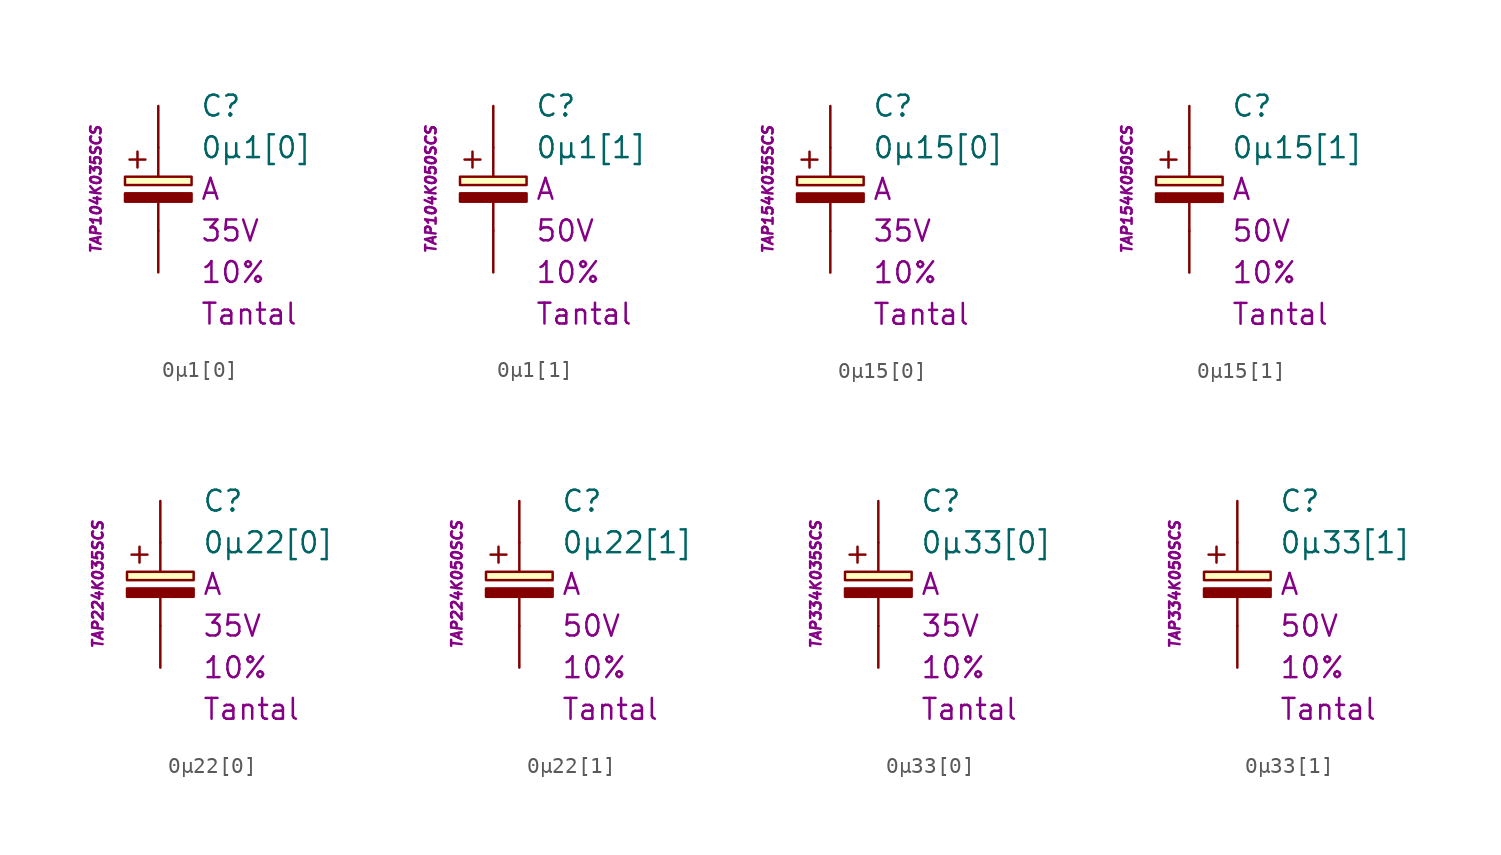
<source format=kicad_sym>
(kicad_symbol_lib
  (version 20201005)
  (generator kicad_symbol_editor)
  (symbol "0µ1[0]"
    (pin_numbers hide)
    (pin_names
      (offset 1.016) hide)
    (property "Reference" "C"
      (at 2.54 5.08 0)
      (effects (font (size 1.27 1.27)) (justify left)))
    (property "Value" "0µ1[0]"
      (at 2.54 2.54 0)
      (effects (font (size 1.27 1.27)) (justify left)))
    (property "Package" "A"
      (at 2.54 0 0)
      (effects (font (size 1.27 1.27)) (justify left)))
    (property "Voltage" "35V"
      (at 2.54 -2.54 0)
      (effects (font (size 1.27 1.27)) (justify left)))
    (property "Tolerance" "10%"
      (at 2.54 -5.08 0)
      (effects (font (size 1.27 1.27)) (justify left)))
    (property "Dielectric" "Tantal"
      (at 2.54 -7.62 0)
      (effects (font (size 1.27 1.27)) (justify left)))
    (property "MPN" "TAP104K035SCS"
      (at -3.81 0 90)
      (effects (font (size 0.635 0.635) italic)))
    (symbol "0µ1[0]_0_0"
      (text "+" (at -1.27 1.905 0) (effects (font (size 1.27 1.27)))))
    (symbol "0µ1[0]_0_1"
      (rectangle (start -2.032 -0.254) (end 2.032 -0.762) (stroke (width 0.152)) (fill (type outline)))
      (rectangle (start -2.032 0.254) (end 2.032 0.762) (stroke (width 0.152)) (fill (type background)))
      (polyline (pts (xy 0 -2.54) (xy 0 -0.762)) (stroke (width 0.152)) (fill (type none)))
      (polyline (pts (xy 0 0.762) (xy 0 2.54)) (stroke (width 0.152)) (fill (type none))))
    (symbol "0µ1[0]_1_1"
      (pin passive line (at 0 5.08 270) (length 2.54) (name "~" (effects (font (size 1.778 1.778)))) (number "1" (effects (font (size 1.778 1.778)))))
      (pin passive line (at 0 -5.08 90) (length 2.54) (name "~" (effects (font (size 1.778 1.778)))) (number "2" (effects (font (size 1.778 1.778)))))))
  (symbol "0µ1[1]"
    (pin_numbers hide)
    (pin_names
      (offset 1.016) hide)
    (property "Reference" "C"
      (at 2.54 5.08 0)
      (effects (font (size 1.27 1.27)) (justify left)))
    (property "Value" "0µ1[1]"
      (at 2.54 2.54 0)
      (effects (font (size 1.27 1.27)) (justify left)))
    (property "Package" "A"
      (at 2.54 0 0)
      (effects (font (size 1.27 1.27)) (justify left)))
    (property "Voltage" "50V"
      (at 2.54 -2.54 0)
      (effects (font (size 1.27 1.27)) (justify left)))
    (property "Tolerance" "10%"
      (at 2.54 -5.08 0)
      (effects (font (size 1.27 1.27)) (justify left)))
    (property "Dielectric" "Tantal"
      (at 2.54 -7.62 0)
      (effects (font (size 1.27 1.27)) (justify left)))
    (property "MPN" "TAP104K050SCS"
      (at -3.81 0 90)
      (effects (font (size 0.635 0.635) italic)))
    (symbol "0µ1[1]_0_0"
      (text "+" (at -1.27 1.905 0) (effects (font (size 1.27 1.27)))))
    (symbol "0µ1[1]_0_1"
      (rectangle (start -2.032 -0.254) (end 2.032 -0.762) (stroke (width 0.152)) (fill (type outline)))
      (rectangle (start -2.032 0.254) (end 2.032 0.762) (stroke (width 0.152)) (fill (type background)))
      (polyline (pts (xy 0 -2.54) (xy 0 -0.762)) (stroke (width 0.152)) (fill (type none)))
      (polyline (pts (xy 0 0.762) (xy 0 2.54)) (stroke (width 0.152)) (fill (type none))))
    (symbol "0µ1[1]_1_1"
      (pin passive line (at 0 5.08 270) (length 2.54) (name "~" (effects (font (size 1.778 1.778)))) (number "1" (effects (font (size 1.778 1.778)))))
      (pin passive line (at 0 -5.08 90) (length 2.54) (name "~" (effects (font (size 1.778 1.778)))) (number "2" (effects (font (size 1.778 1.778)))))))
  (symbol "0µ15[0]"
    (pin_numbers hide)
    (pin_names
      (offset 1.016) hide)
    (property "Reference" "C"
      (at 2.54 5.08 0)
      (effects (font (size 1.27 1.27)) (justify left)))
    (property "Value" "0µ15[0]"
      (at 2.54 2.54 0)
      (effects (font (size 1.27 1.27)) (justify left)))
    (property "Package" "A"
      (at 2.54 0 0)
      (effects (font (size 1.27 1.27)) (justify left)))
    (property "Voltage" "35V"
      (at 2.54 -2.54 0)
      (effects (font (size 1.27 1.27)) (justify left)))
    (property "Tolerance" "10%"
      (at 2.54 -5.08 0)
      (effects (font (size 1.27 1.27)) (justify left)))
    (property "Dielectric" "Tantal"
      (at 2.54 -7.62 0)
      (effects (font (size 1.27 1.27)) (justify left)))
    (property "MPN" "TAP154K035SCS"
      (at -3.81 0 90)
      (effects (font (size 0.635 0.635) italic)))
    (symbol "0µ15[0]_0_0"
      (text "+" (at -1.27 1.905 0) (effects (font (size 1.27 1.27)))))
    (symbol "0µ15[0]_0_1"
      (rectangle (start -2.032 -0.254) (end 2.032 -0.762) (stroke (width 0.152)) (fill (type outline)))
      (rectangle (start -2.032 0.254) (end 2.032 0.762) (stroke (width 0.152)) (fill (type background)))
      (polyline (pts (xy 0 -2.54) (xy 0 -0.762)) (stroke (width 0.152)) (fill (type none)))
      (polyline (pts (xy 0 0.762) (xy 0 2.54)) (stroke (width 0.152)) (fill (type none))))
    (symbol "0µ15[0]_1_1"
      (pin passive line (at 0 5.08 270) (length 2.54) (name "~" (effects (font (size 1.778 1.778)))) (number "1" (effects (font (size 1.778 1.778)))))
      (pin passive line (at 0 -5.08 90) (length 2.54) (name "~" (effects (font (size 1.778 1.778)))) (number "2" (effects (font (size 1.778 1.778)))))))
  (symbol "0µ15[1]"
    (pin_numbers hide)
    (pin_names
      (offset 1.016) hide)
    (property "Reference" "C"
      (at 2.54 5.08 0)
      (effects (font (size 1.27 1.27)) (justify left)))
    (property "Value" "0µ15[1]"
      (at 2.54 2.54 0)
      (effects (font (size 1.27 1.27)) (justify left)))
    (property "Package" "A"
      (at 2.54 0 0)
      (effects (font (size 1.27 1.27)) (justify left)))
    (property "Voltage" "50V"
      (at 2.54 -2.54 0)
      (effects (font (size 1.27 1.27)) (justify left)))
    (property "Tolerance" "10%"
      (at 2.54 -5.08 0)
      (effects (font (size 1.27 1.27)) (justify left)))
    (property "Dielectric" "Tantal"
      (at 2.54 -7.62 0)
      (effects (font (size 1.27 1.27)) (justify left)))
    (property "MPN" "TAP154K050SCS"
      (at -3.81 0 90)
      (effects (font (size 0.635 0.635) italic)))
    (symbol "0µ15[1]_0_0"
      (text "+" (at -1.27 1.905 0) (effects (font (size 1.27 1.27)))))
    (symbol "0µ15[1]_0_1"
      (rectangle (start -2.032 -0.254) (end 2.032 -0.762) (stroke (width 0.152)) (fill (type outline)))
      (rectangle (start -2.032 0.254) (end 2.032 0.762) (stroke (width 0.152)) (fill (type background)))
      (polyline (pts (xy 0 -2.54) (xy 0 -0.762)) (stroke (width 0.152)) (fill (type none)))
      (polyline (pts (xy 0 0.762) (xy 0 2.54)) (stroke (width 0.152)) (fill (type none))))
    (symbol "0µ15[1]_1_1"
      (pin passive line (at 0 5.08 270) (length 2.54) (name "~" (effects (font (size 1.778 1.778)))) (number "1" (effects (font (size 1.778 1.778)))))
      (pin passive line (at 0 -5.08 90) (length 2.54) (name "~" (effects (font (size 1.778 1.778)))) (number "2" (effects (font (size 1.778 1.778)))))))
  (symbol "0µ22[0]"
    (pin_numbers hide)
    (pin_names
      (offset 1.016) hide)
    (property "Reference" "C"
      (at 2.54 5.08 0)
      (effects (font (size 1.27 1.27)) (justify left)))
    (property "Value" "0µ22[0]"
      (at 2.54 2.54 0)
      (effects (font (size 1.27 1.27)) (justify left)))
    (property "Package" "A"
      (at 2.54 0 0)
      (effects (font (size 1.27 1.27)) (justify left)))
    (property "Voltage" "35V"
      (at 2.54 -2.54 0)
      (effects (font (size 1.27 1.27)) (justify left)))
    (property "Tolerance" "10%"
      (at 2.54 -5.08 0)
      (effects (font (size 1.27 1.27)) (justify left)))
    (property "Dielectric" "Tantal"
      (at 2.54 -7.62 0)
      (effects (font (size 1.27 1.27)) (justify left)))
    (property "MPN" "TAP224K035SCS"
      (at -3.81 0 90)
      (effects (font (size 0.635 0.635) italic)))
    (symbol "0µ22[0]_0_0"
      (text "+" (at -1.27 1.905 0) (effects (font (size 1.27 1.27)))))
    (symbol "0µ22[0]_0_1"
      (rectangle (start -2.032 -0.254) (end 2.032 -0.762) (stroke (width 0.152)) (fill (type outline)))
      (rectangle (start -2.032 0.254) (end 2.032 0.762) (stroke (width 0.152)) (fill (type background)))
      (polyline (pts (xy 0 -2.54) (xy 0 -0.762)) (stroke (width 0.152)) (fill (type none)))
      (polyline (pts (xy 0 0.762) (xy 0 2.54)) (stroke (width 0.152)) (fill (type none))))
    (symbol "0µ22[0]_1_1"
      (pin passive line (at 0 5.08 270) (length 2.54) (name "~" (effects (font (size 1.778 1.778)))) (number "1" (effects (font (size 1.778 1.778)))))
      (pin passive line (at 0 -5.08 90) (length 2.54) (name "~" (effects (font (size 1.778 1.778)))) (number "2" (effects (font (size 1.778 1.778)))))))
  (symbol "0µ22[1]"
    (pin_numbers hide)
    (pin_names
      (offset 1.016) hide)
    (property "Reference" "C"
      (at 2.54 5.08 0)
      (effects (font (size 1.27 1.27)) (justify left)))
    (property "Value" "0µ22[1]"
      (at 2.54 2.54 0)
      (effects (font (size 1.27 1.27)) (justify left)))
    (property "Package" "A"
      (at 2.54 0 0)
      (effects (font (size 1.27 1.27)) (justify left)))
    (property "Voltage" "50V"
      (at 2.54 -2.54 0)
      (effects (font (size 1.27 1.27)) (justify left)))
    (property "Tolerance" "10%"
      (at 2.54 -5.08 0)
      (effects (font (size 1.27 1.27)) (justify left)))
    (property "Dielectric" "Tantal"
      (at 2.54 -7.62 0)
      (effects (font (size 1.27 1.27)) (justify left)))
    (property "MPN" "TAP224K050SCS"
      (at -3.81 0 90)
      (effects (font (size 0.635 0.635) italic)))
    (symbol "0µ22[1]_0_0"
      (text "+" (at -1.27 1.905 0) (effects (font (size 1.27 1.27)))))
    (symbol "0µ22[1]_0_1"
      (rectangle (start -2.032 -0.254) (end 2.032 -0.762) (stroke (width 0.152)) (fill (type outline)))
      (rectangle (start -2.032 0.254) (end 2.032 0.762) (stroke (width 0.152)) (fill (type background)))
      (polyline (pts (xy 0 -2.54) (xy 0 -0.762)) (stroke (width 0.152)) (fill (type none)))
      (polyline (pts (xy 0 0.762) (xy 0 2.54)) (stroke (width 0.152)) (fill (type none))))
    (symbol "0µ22[1]_1_1"
      (pin passive line (at 0 5.08 270) (length 2.54) (name "~" (effects (font (size 1.778 1.778)))) (number "1" (effects (font (size 1.778 1.778)))))
      (pin passive line (at 0 -5.08 90) (length 2.54) (name "~" (effects (font (size 1.778 1.778)))) (number "2" (effects (font (size 1.778 1.778)))))))
  (symbol "0µ33[0]"
    (pin_numbers hide)
    (pin_names
      (offset 1.016) hide)
    (property "Reference" "C"
      (at 2.54 5.08 0)
      (effects (font (size 1.27 1.27)) (justify left)))
    (property "Value" "0µ33[0]"
      (at 2.54 2.54 0)
      (effects (font (size 1.27 1.27)) (justify left)))
    (property "Package" "A"
      (at 2.54 0 0)
      (effects (font (size 1.27 1.27)) (justify left)))
    (property "Voltage" "35V"
      (at 2.54 -2.54 0)
      (effects (font (size 1.27 1.27)) (justify left)))
    (property "Tolerance" "10%"
      (at 2.54 -5.08 0)
      (effects (font (size 1.27 1.27)) (justify left)))
    (property "Dielectric" "Tantal"
      (at 2.54 -7.62 0)
      (effects (font (size 1.27 1.27)) (justify left)))
    (property "MPN" "TAP334K035SCS"
      (at -3.81 0 90)
      (effects (font (size 0.635 0.635) italic)))
    (symbol "0µ33[0]_0_0"
      (text "+" (at -1.27 1.905 0) (effects (font (size 1.27 1.27)))))
    (symbol "0µ33[0]_0_1"
      (rectangle (start -2.032 -0.254) (end 2.032 -0.762) (stroke (width 0.152)) (fill (type outline)))
      (rectangle (start -2.032 0.254) (end 2.032 0.762) (stroke (width 0.152)) (fill (type background)))
      (polyline (pts (xy 0 -2.54) (xy 0 -0.762)) (stroke (width 0.152)) (fill (type none)))
      (polyline (pts (xy 0 0.762) (xy 0 2.54)) (stroke (width 0.152)) (fill (type none))))
    (symbol "0µ33[0]_1_1"
      (pin passive line (at 0 5.08 270) (length 2.54) (name "~" (effects (font (size 1.778 1.778)))) (number "1" (effects (font (size 1.778 1.778)))))
      (pin passive line (at 0 -5.08 90) (length 2.54) (name "~" (effects (font (size 1.778 1.778)))) (number "2" (effects (font (size 1.778 1.778)))))))
  (symbol "0µ33[1]"
    (pin_numbers hide)
    (pin_names
      (offset 1.016) hide)
    (property "Reference" "C"
      (at 2.54 5.08 0)
      (effects (font (size 1.27 1.27)) (justify left)))
    (property "Value" "0µ33[1]"
      (at 2.54 2.54 0)
      (effects (font (size 1.27 1.27)) (justify left)))
    (property "Package" "A"
      (at 2.54 0 0)
      (effects (font (size 1.27 1.27)) (justify left)))
    (property "Voltage" "50V"
      (at 2.54 -2.54 0)
      (effects (font (size 1.27 1.27)) (justify left)))
    (property "Tolerance" "10%"
      (at 2.54 -5.08 0)
      (effects (font (size 1.27 1.27)) (justify left)))
    (property "Dielectric" "Tantal"
      (at 2.54 -7.62 0)
      (effects (font (size 1.27 1.27)) (justify left)))
    (property "MPN" "TAP334K050SCS"
      (at -3.81 0 90)
      (effects (font (size 0.635 0.635) italic)))
    (symbol "0µ33[1]_0_0"
      (text "+" (at -1.27 1.905 0) (effects (font (size 1.27 1.27)))))
    (symbol "0µ33[1]_0_1"
      (rectangle (start -2.032 -0.254) (end 2.032 -0.762) (stroke (width 0.152)) (fill (type outline)))
      (rectangle (start -2.032 0.254) (end 2.032 0.762) (stroke (width 0.152)) (fill (type background)))
      (polyline (pts (xy 0 -2.54) (xy 0 -0.762)) (stroke (width 0.152)) (fill (type none)))
      (polyline (pts (xy 0 0.762) (xy 0 2.54)) (stroke (width 0.152)) (fill (type none))))
    (symbol "0µ33[1]_1_1"
      (pin passive line (at 0 5.08 270) (length 2.54) (name "~" (effects (font (size 1.778 1.778)))) (number "1" (effects (font (size 1.778 1.778)))))
      (pin passive line (at 0 -5.08 90) (length 2.54) (name "~" (effects (font (size 1.778 1.778)))) (number "2" (effects (font (size 1.778 1.778))))))))
</source>
